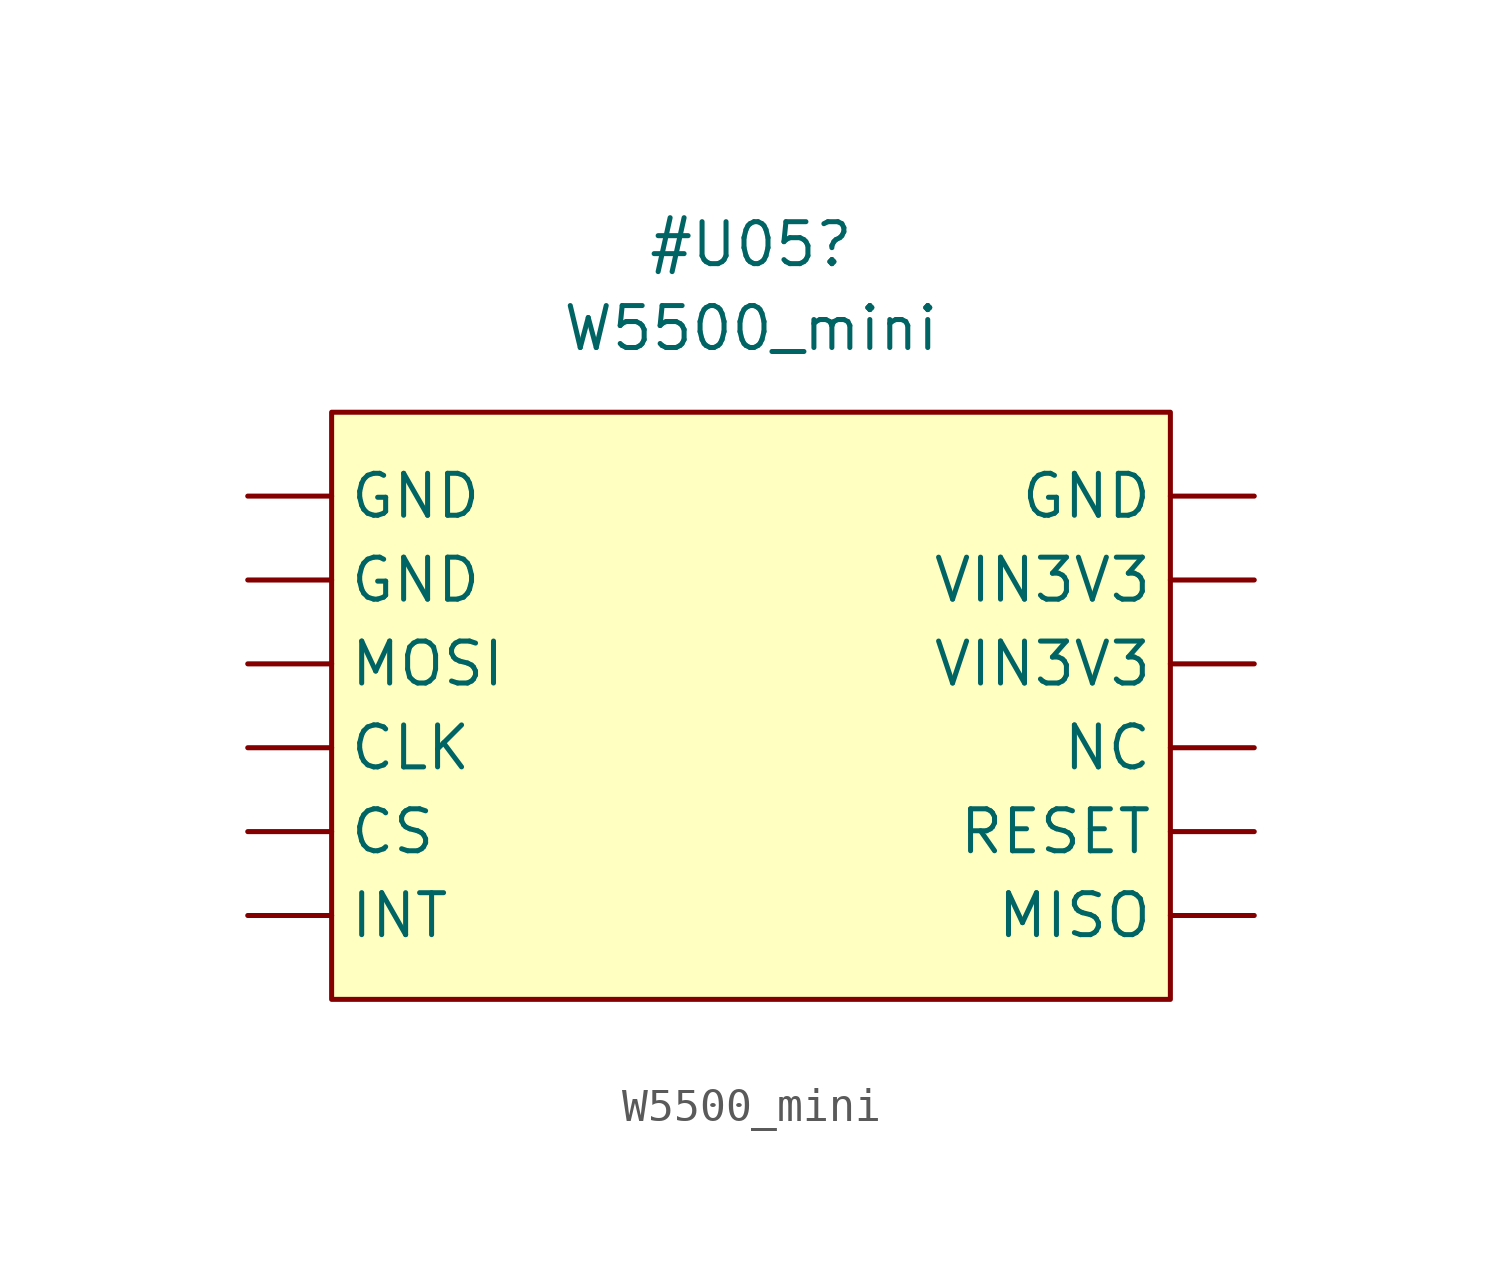
<source format=kicad_sym>
(kicad_symbol_lib
  (version 20211014)
  (generator kicad_symbol_editor)
  (symbol "W5500_mini"
    (power)
    (property "Reference" "#U05"
      (at 0 17.78 0)
      (effects (font (size 1.27 1.27))))
    (property "Value" "W5500_mini"
      (at 0 15.24 0)
      (effects (font (size 1.27 1.27))))
    (symbol "W5500_mini_0_1"
      (rectangle (start -12.7 12.7) (end 12.7 -5.08) (stroke (width 0) (type default) (color 0 0 0 0)) (fill (type background))))
    (symbol "W5500_mini_1_1"
      (pin bidirectional line (at -15.24 2.54 0) (length 2.54) (name "CLK" (effects (font (size 1.27 1.27)))) (number "" (effects (font (size 1.27 1.27)))))
      (pin bidirectional line (at -15.24 0 0) (length 2.54) (name "CS" (effects (font (size 1.27 1.27)))) (number "" (effects (font (size 1.27 1.27)))))
      (pin power_in line (at -15.24 7.62 0) (length 2.54) (name "GND" (effects (font (size 1.27 1.27)))) (number "" (effects (font (size 1.27 1.27)))))
      (pin power_in line (at -15.24 10.16 0) (length 2.54) (name "GND" (effects (font (size 1.27 1.27)))) (number "" (effects (font (size 1.27 1.27)))))
      (pin power_in line (at 15.24 10.16 180) (length 2.54) (name "GND" (effects (font (size 1.27 1.27)))) (number "" (effects (font (size 1.27 1.27)))))
      (pin bidirectional line (at -15.24 -2.54 0) (length 2.54) (name "INT" (effects (font (size 1.27 1.27)))) (number "" (effects (font (size 1.27 1.27)))))
      (pin bidirectional line (at 15.24 -2.54 180) (length 2.54) (name "MISO" (effects (font (size 1.27 1.27)))) (number "" (effects (font (size 1.27 1.27)))))
      (pin bidirectional line (at -15.24 5.08 0) (length 2.54) (name "MOSI" (effects (font (size 1.27 1.27)))) (number "" (effects (font (size 1.27 1.27)))))
      (pin power_in line (at 15.24 2.54 180) (length 2.54) (name "NC" (effects (font (size 1.27 1.27)))) (number "" (effects (font (size 1.27 1.27)))))
      (pin bidirectional line (at 15.24 0 180) (length 2.54) (name "RESET" (effects (font (size 1.27 1.27)))) (number "" (effects (font (size 1.27 1.27)))))
      (pin power_in line (at 15.24 5.08 180) (length 2.54) (name "VIN3V3" (effects (font (size 1.27 1.27)))) (number "" (effects (font (size 1.27 1.27)))))
      (pin power_in line (at 15.24 7.62 180) (length 2.54) (name "VIN3V3" (effects (font (size 1.27 1.27)))) (number "" (effects (font (size 1.27 1.27))))))))
</source>
